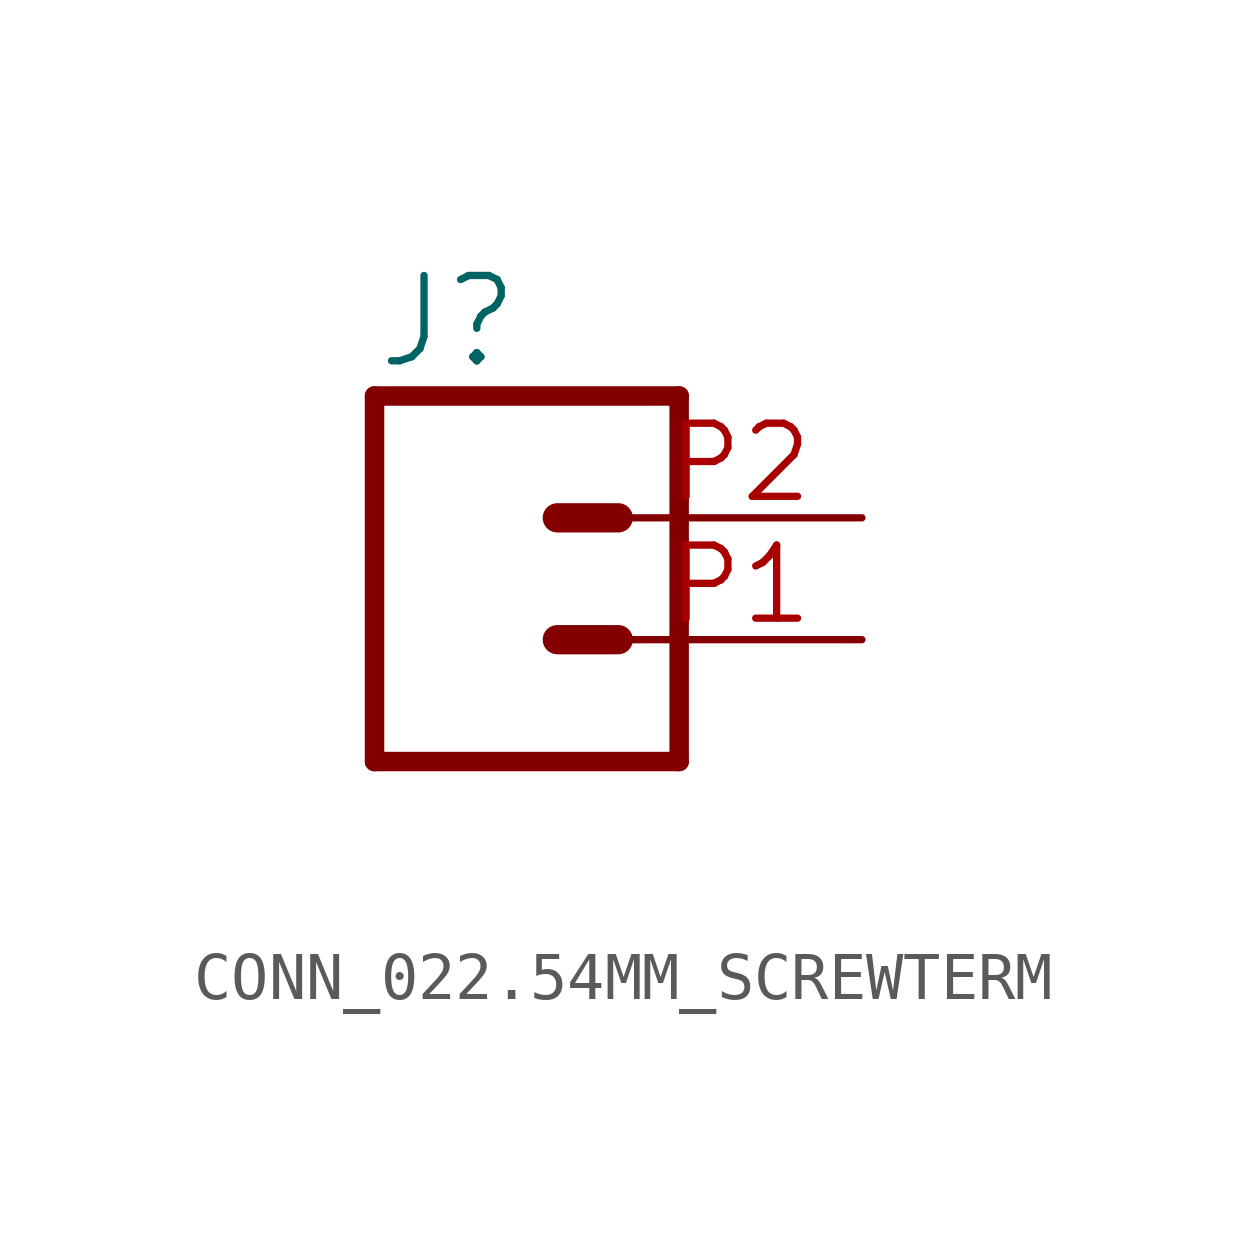
<source format=kicad_sym>
(kicad_symbol_lib
  (version 20241209)
  (generator "kicad_symbol_editor")
  (generator_version "9.0")
  (symbol "CONN_022.54MM_SCREWTERM"
    (property "Reference" "J"
      (at -2.54 5.588 0)
      (effects (font (size 1.778 1.778)) (justify left bottom)))
    (property "Value" ""
      (at -2.54 -4.826 0)
      (effects (font (size 1.778 1.778)) (justify left bottom)))
    (property "ki_locked" ""
      (at 0 0 0)
      (effects (font (size 1.27 1.27))))
    (symbol "CONN_022.54MM_SCREWTERM_1_0"
      (polyline (pts (xy -2.54 5.08) (xy -2.54 -2.54)) (stroke (width 0.406) (type solid)) (fill (type none)))
      (polyline (pts (xy -2.54 5.08) (xy 3.81 5.08)) (stroke (width 0.406) (type solid)) (fill (type none)))
      (polyline (pts (xy 1.27 2.54) (xy 2.54 2.54)) (stroke (width 0.61) (type solid)) (fill (type none)))
      (polyline (pts (xy 1.27 0) (xy 2.54 0)) (stroke (width 0.61) (type solid)) (fill (type none)))
      (polyline (pts (xy 3.81 -2.54) (xy -2.54 -2.54)) (stroke (width 0.406) (type solid)) (fill (type none)))
      (polyline (pts (xy 3.81 -2.54) (xy 3.81 5.08)) (stroke (width 0.406) (type solid)) (fill (type none)))
      (pin passive line (at 7.62 2.54 180) (length 5.08) (name "2" (effects (font (size 0 0)))) (number "P2" (effects (font (size 1.524 1.524)))))
      (pin passive line (at 7.62 0 180) (length 5.08) (name "1" (effects (font (size 0 0)))) (number "P1" (effects (font (size 1.524 1.524))))))))
</source>
